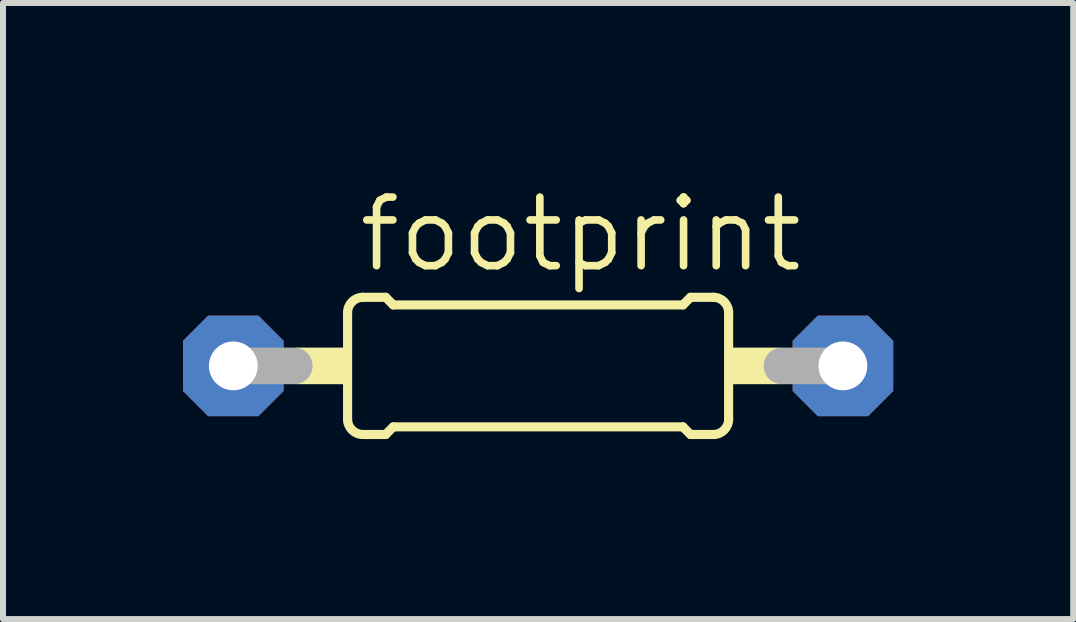
<source format=kicad_pcb>
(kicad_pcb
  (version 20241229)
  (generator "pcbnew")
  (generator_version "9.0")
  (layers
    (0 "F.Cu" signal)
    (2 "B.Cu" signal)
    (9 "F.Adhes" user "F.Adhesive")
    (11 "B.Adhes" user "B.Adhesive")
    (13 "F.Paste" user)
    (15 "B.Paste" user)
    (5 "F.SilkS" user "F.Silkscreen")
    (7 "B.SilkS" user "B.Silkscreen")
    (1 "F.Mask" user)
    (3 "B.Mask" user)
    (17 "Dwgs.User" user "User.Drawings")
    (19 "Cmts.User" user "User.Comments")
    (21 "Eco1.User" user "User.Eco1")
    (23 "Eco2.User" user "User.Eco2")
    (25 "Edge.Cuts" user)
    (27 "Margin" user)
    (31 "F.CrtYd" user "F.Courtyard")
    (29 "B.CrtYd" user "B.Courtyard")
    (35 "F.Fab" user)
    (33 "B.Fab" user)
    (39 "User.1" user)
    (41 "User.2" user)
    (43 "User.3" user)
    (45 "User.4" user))
  (footprint "footprint"
    (layer "F.Cu")
    (at 5.918 3.048)
    (property "Reference" "footprint" (at -3.048 -1.524 0) (layer "F.SilkS") (effects (font (size 1.143 1.143) (thickness 0.127)) (justify left bottom)))
    (fp_line (start -3.175 0.889) (end -3.175 -0.889) (stroke (width 0.152) (type solid)) (layer "F.SilkS"))
    (fp_line (start -2.921 -1.143) (end -2.54 -1.143) (stroke (width 0.152) (type solid)) (layer "F.SilkS"))
    (fp_line (start -2.921 1.143) (end -2.54 1.143) (stroke (width 0.152) (type solid)) (layer "F.SilkS"))
    (fp_line (start -2.413 -1.016) (end -2.54 -1.143) (stroke (width 0.152) (type solid)) (layer "F.SilkS"))
    (fp_line (start -2.413 1.016) (end -2.54 1.143) (stroke (width 0.152) (type solid)) (layer "F.SilkS"))
    (fp_line (start 2.413 -1.016) (end -2.413 -1.016) (stroke (width 0.152) (type solid)) (layer "F.SilkS"))
    (fp_line (start 2.413 -1.016) (end 2.54 -1.143) (stroke (width 0.152) (type solid)) (layer "F.SilkS"))
    (fp_line (start 2.413 1.016) (end -2.413 1.016) (stroke (width 0.152) (type solid)) (layer "F.SilkS"))
    (fp_line (start 2.413 1.016) (end 2.54 1.143) (stroke (width 0.152) (type solid)) (layer "F.SilkS"))
    (fp_line (start 2.921 -1.143) (end 2.54 -1.143) (stroke (width 0.152) (type solid)) (layer "F.SilkS"))
    (fp_line (start 2.921 1.143) (end 2.54 1.143) (stroke (width 0.152) (type solid)) (layer "F.SilkS"))
    (fp_line (start 3.175 0.889) (end 3.175 -0.889) (stroke (width 0.152) (type solid)) (layer "F.SilkS"))
    (fp_arc (start -3.175 -0.889) (mid -3.100605 -1.068605) (end -2.921 -1.143) (stroke (width 0.1524) (type solid)) (layer "F.SilkS"))
    (fp_arc (start -2.921 1.143) (mid -3.100605 1.068605) (end -3.175 0.889) (stroke (width 0.1524) (type solid)) (layer "F.SilkS"))
    (fp_arc (start 2.921 -1.143) (mid 3.100605 -1.068605) (end 3.175 -0.889) (stroke (width 0.1524) (type solid)) (layer "F.SilkS"))
    (fp_arc (start 3.175 0.889) (mid 3.100605 1.068605) (end 2.921 1.143) (stroke (width 0.1524) (type solid)) (layer "F.SilkS"))
    (fp_poly (pts (xy -4.039 0.305) (xy -3.175 0.305) (xy -3.175 -0.305) (xy -4.039 -0.305)) (stroke (width 0) (type solid)) (fill yes) (layer "F.SilkS"))
    (fp_poly (pts (xy 3.175 0.305) (xy 4.039 0.305) (xy 4.039 -0.305) (xy 3.175 -0.305)) (stroke (width 0) (type solid)) (fill yes) (layer "F.SilkS"))
    (fp_line (start -5.08 0) (end -4.064 0) (stroke (width 0.61) (type solid)) (layer "F.Fab"))
    (fp_line (start 5.08 0) (end 4.064 0) (stroke (width 0.61) (type solid)) (layer "F.Fab"))
    (pad "1" thru_hole roundrect (at -5.08 0) (size 1.676 1.676) (drill 0.813) (layers "*.Cu" "*.Mask") (roundrect_rratio 0.25) (chamfer_ratio 0.25) (chamfer top_left top_right bottom_left bottom_right))
    (pad "2" thru_hole roundrect (at 5.08 0) (size 1.676 1.676) (drill 0.813) (layers "*.Cu" "*.Mask") (roundrect_rratio 0.25) (chamfer_ratio 0.25) (chamfer top_left top_right bottom_left bottom_right)))
  (gr_rect
    (start -3 -3)
    (end 14.836 7.267)
    (stroke (width 0.1) (type default))
    (fill no)
    (layer "Edge.Cuts")))
</source>
